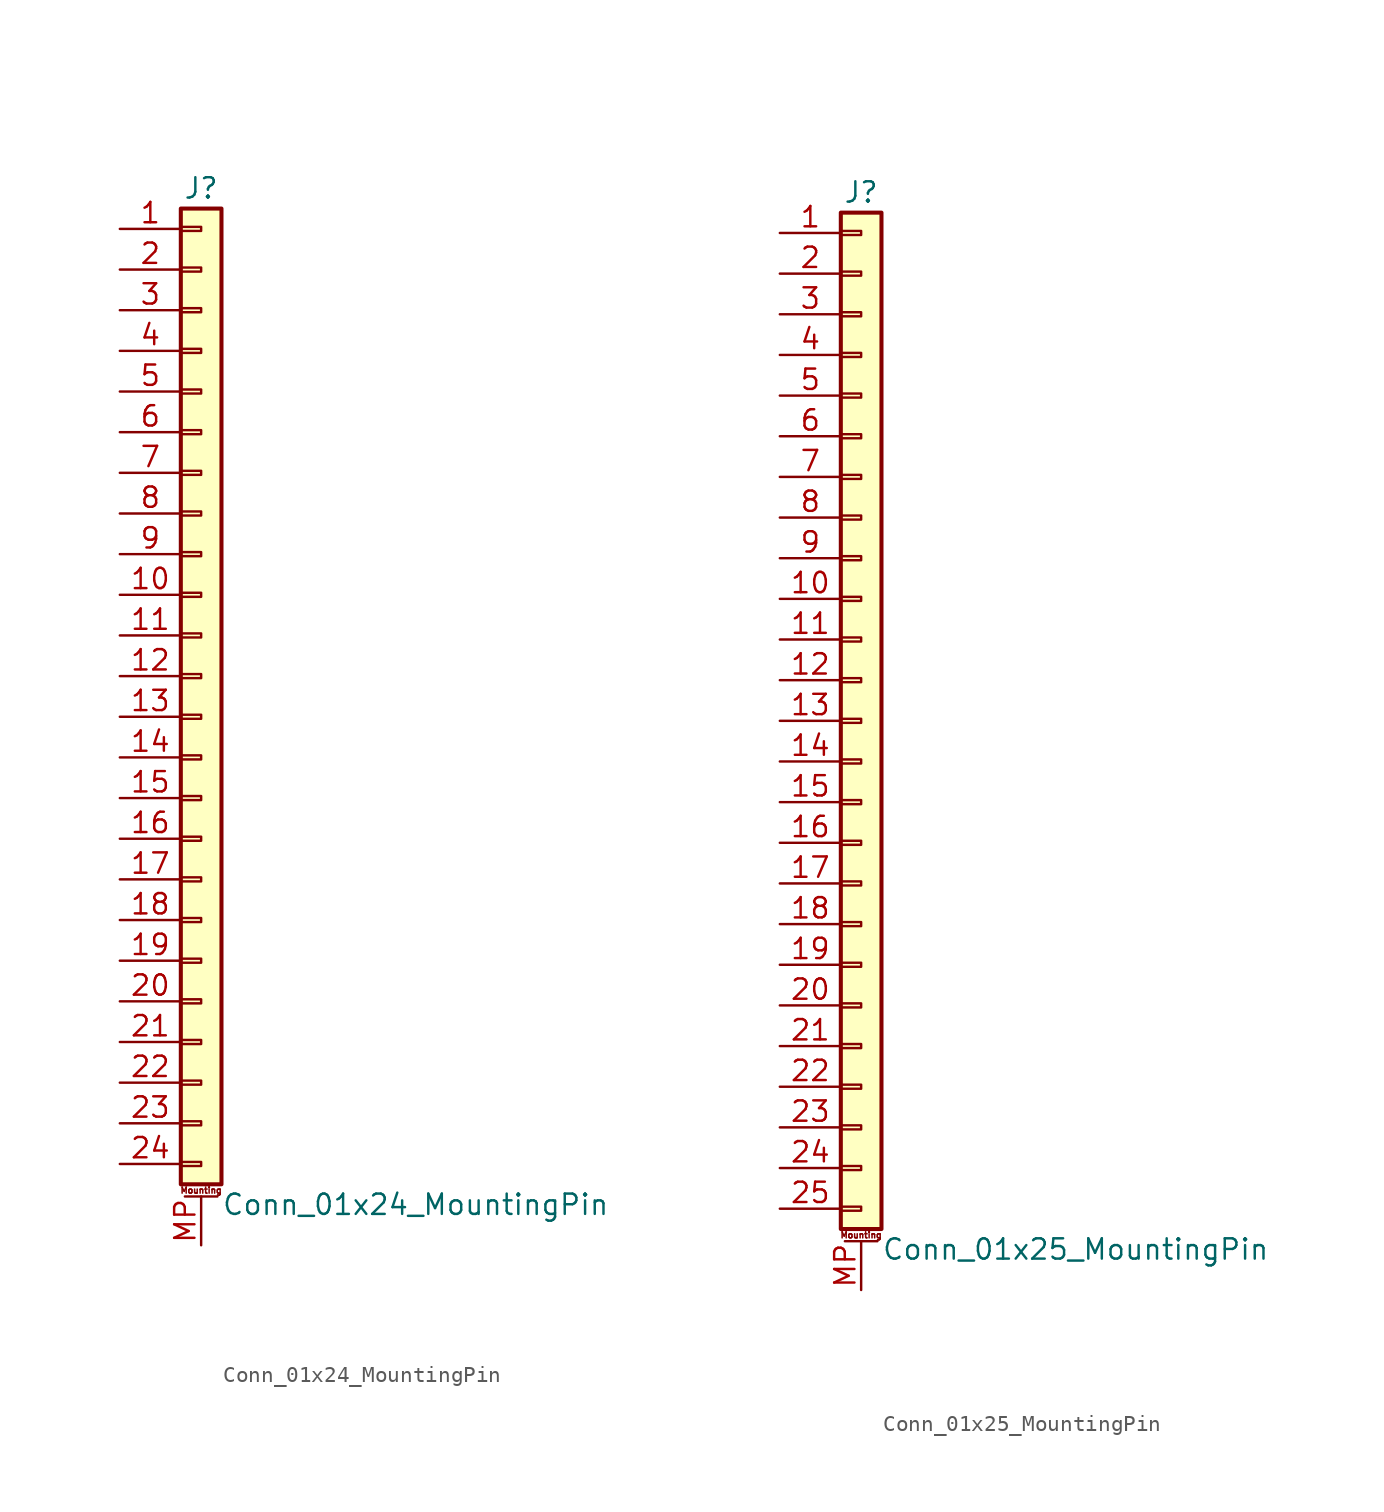
<source format=kicad_sym>
(kicad_symbol_lib
  (version 20201005)
  (generator kicad_symbol_editor)
  (symbol "Connector_Generic_MountingPin:Conn_01x24_MountingPin"
    (pin_names
      (offset 1.016) hide)
    (property "Reference" "J"
      (at 0 30.48 0)
      (effects (font (size 1.27 1.27))))
    (property "Value" "Conn_01x24_MountingPin"
      (at 1.27 -33.02 0)
      (effects (font (size 1.27 1.27)) (justify left)))
    (symbol "Conn_01x24_MountingPin_1_1"
      (text "Mounting" (at 0 -32.131 0) (effects (font (size 0.381 0.381))))
      (rectangle (start -1.27 -27.813) (end 0 -28.067) (stroke (width 0.152)) (fill (type none)))
      (rectangle (start -1.27 -30.353) (end 0 -30.607) (stroke (width 0.152)) (fill (type none)))
      (rectangle (start -1.27 -4.953) (end 0 -5.207) (stroke (width 0.152)) (fill (type none)))
      (rectangle (start -1.27 -7.493) (end 0 -7.747) (stroke (width 0.152)) (fill (type none)))
      (rectangle (start -1.27 -10.033) (end 0 -10.287) (stroke (width 0.152)) (fill (type none)))
      (rectangle (start -1.27 -12.573) (end 0 -12.827) (stroke (width 0.152)) (fill (type none)))
      (rectangle (start -1.27 -15.113) (end 0 -15.367) (stroke (width 0.152)) (fill (type none)))
      (rectangle (start -1.27 -17.653) (end 0 -17.907) (stroke (width 0.152)) (fill (type none)))
      (rectangle (start -1.27 -20.193) (end 0 -20.447) (stroke (width 0.152)) (fill (type none)))
      (rectangle (start -1.27 -22.733) (end 0 -22.987) (stroke (width 0.152)) (fill (type none)))
      (rectangle (start -1.27 -2.413) (end 0 -2.667) (stroke (width 0.152)) (fill (type none)))
      (rectangle (start -1.27 -25.273) (end 0 -25.527) (stroke (width 0.152)) (fill (type none)))
      (rectangle (start -1.27 25.527) (end 0 25.273) (stroke (width 0.152)) (fill (type none)))
      (rectangle (start -1.27 2.667) (end 0 2.413) (stroke (width 0.152)) (fill (type none)))
      (rectangle (start -1.27 28.067) (end 0 27.813) (stroke (width 0.152)) (fill (type none)))
      (rectangle (start -1.27 29.21) (end 1.27 -31.75) (stroke (width 0.254)) (fill (type background)))
      (rectangle (start -1.27 5.207) (end 0 4.953) (stroke (width 0.152)) (fill (type none)))
      (rectangle (start -1.27 7.747) (end 0 7.493) (stroke (width 0.152)) (fill (type none)))
      (rectangle (start -1.27 10.287) (end 0 10.033) (stroke (width 0.152)) (fill (type none)))
      (rectangle (start -1.27 0.127) (end 0 -0.127) (stroke (width 0.152)) (fill (type none)))
      (rectangle (start -1.27 12.827) (end 0 12.573) (stroke (width 0.152)) (fill (type none)))
      (rectangle (start -1.27 15.367) (end 0 15.113) (stroke (width 0.152)) (fill (type none)))
      (rectangle (start -1.27 17.907) (end 0 17.653) (stroke (width 0.152)) (fill (type none)))
      (rectangle (start -1.27 20.447) (end 0 20.193) (stroke (width 0.152)) (fill (type none)))
      (rectangle (start -1.27 22.987) (end 0 22.733) (stroke (width 0.152)) (fill (type none)))
      (polyline (pts (xy -1.016 -32.512) (xy 1.016 -32.512)) (stroke (width 0.152)) (fill (type none)))
      (pin passive line (at 0 -35.56 90) (length 3.048) (name "MountPin" (effects (font (size 1.27 1.27)))) (number "MP" (effects (font (size 1.27 1.27)))))
      (pin passive line (at -5.08 27.94 0) (length 3.81) (name "Pin_1" (effects (font (size 1.27 1.27)))) (number "1" (effects (font (size 1.27 1.27)))))
      (pin passive line (at -5.08 5.08 0) (length 3.81) (name "Pin_10" (effects (font (size 1.27 1.27)))) (number "10" (effects (font (size 1.27 1.27)))))
      (pin passive line (at -5.08 2.54 0) (length 3.81) (name "Pin_11" (effects (font (size 1.27 1.27)))) (number "11" (effects (font (size 1.27 1.27)))))
      (pin passive line (at -5.08 0 0) (length 3.81) (name "Pin_12" (effects (font (size 1.27 1.27)))) (number "12" (effects (font (size 1.27 1.27)))))
      (pin passive line (at -5.08 -2.54 0) (length 3.81) (name "Pin_13" (effects (font (size 1.27 1.27)))) (number "13" (effects (font (size 1.27 1.27)))))
      (pin passive line (at -5.08 -5.08 0) (length 3.81) (name "Pin_14" (effects (font (size 1.27 1.27)))) (number "14" (effects (font (size 1.27 1.27)))))
      (pin passive line (at -5.08 -7.62 0) (length 3.81) (name "Pin_15" (effects (font (size 1.27 1.27)))) (number "15" (effects (font (size 1.27 1.27)))))
      (pin passive line (at -5.08 -10.16 0) (length 3.81) (name "Pin_16" (effects (font (size 1.27 1.27)))) (number "16" (effects (font (size 1.27 1.27)))))
      (pin passive line (at -5.08 -12.7 0) (length 3.81) (name "Pin_17" (effects (font (size 1.27 1.27)))) (number "17" (effects (font (size 1.27 1.27)))))
      (pin passive line (at -5.08 -15.24 0) (length 3.81) (name "Pin_18" (effects (font (size 1.27 1.27)))) (number "18" (effects (font (size 1.27 1.27)))))
      (pin passive line (at -5.08 -17.78 0) (length 3.81) (name "Pin_19" (effects (font (size 1.27 1.27)))) (number "19" (effects (font (size 1.27 1.27)))))
      (pin passive line (at -5.08 25.4 0) (length 3.81) (name "Pin_2" (effects (font (size 1.27 1.27)))) (number "2" (effects (font (size 1.27 1.27)))))
      (pin passive line (at -5.08 -20.32 0) (length 3.81) (name "Pin_20" (effects (font (size 1.27 1.27)))) (number "20" (effects (font (size 1.27 1.27)))))
      (pin passive line (at -5.08 -22.86 0) (length 3.81) (name "Pin_21" (effects (font (size 1.27 1.27)))) (number "21" (effects (font (size 1.27 1.27)))))
      (pin passive line (at -5.08 -25.4 0) (length 3.81) (name "Pin_22" (effects (font (size 1.27 1.27)))) (number "22" (effects (font (size 1.27 1.27)))))
      (pin passive line (at -5.08 -27.94 0) (length 3.81) (name "Pin_23" (effects (font (size 1.27 1.27)))) (number "23" (effects (font (size 1.27 1.27)))))
      (pin passive line (at -5.08 -30.48 0) (length 3.81) (name "Pin_24" (effects (font (size 1.27 1.27)))) (number "24" (effects (font (size 1.27 1.27)))))
      (pin passive line (at -5.08 22.86 0) (length 3.81) (name "Pin_3" (effects (font (size 1.27 1.27)))) (number "3" (effects (font (size 1.27 1.27)))))
      (pin passive line (at -5.08 20.32 0) (length 3.81) (name "Pin_4" (effects (font (size 1.27 1.27)))) (number "4" (effects (font (size 1.27 1.27)))))
      (pin passive line (at -5.08 17.78 0) (length 3.81) (name "Pin_5" (effects (font (size 1.27 1.27)))) (number "5" (effects (font (size 1.27 1.27)))))
      (pin passive line (at -5.08 15.24 0) (length 3.81) (name "Pin_6" (effects (font (size 1.27 1.27)))) (number "6" (effects (font (size 1.27 1.27)))))
      (pin passive line (at -5.08 12.7 0) (length 3.81) (name "Pin_7" (effects (font (size 1.27 1.27)))) (number "7" (effects (font (size 1.27 1.27)))))
      (pin passive line (at -5.08 10.16 0) (length 3.81) (name "Pin_8" (effects (font (size 1.27 1.27)))) (number "8" (effects (font (size 1.27 1.27)))))
      (pin passive line (at -5.08 7.62 0) (length 3.81) (name "Pin_9" (effects (font (size 1.27 1.27)))) (number "9" (effects (font (size 1.27 1.27)))))))
  (symbol "Connector_Generic_MountingPin:Conn_01x25_MountingPin"
    (pin_names
      (offset 1.016) hide)
    (property "Reference" "J"
      (at 0 33.02 0)
      (effects (font (size 1.27 1.27))))
    (property "Value" "Conn_01x25_MountingPin"
      (at 1.27 -33.02 0)
      (effects (font (size 1.27 1.27)) (justify left)))
    (symbol "Conn_01x25_MountingPin_1_1"
      (text "Mounting" (at 0 -32.131 0) (effects (font (size 0.381 0.381))))
      (rectangle (start -1.27 -27.813) (end 0 -28.067) (stroke (width 0.152)) (fill (type none)))
      (rectangle (start -1.27 -30.353) (end 0 -30.607) (stroke (width 0.152)) (fill (type none)))
      (rectangle (start -1.27 -4.953) (end 0 -5.207) (stroke (width 0.152)) (fill (type none)))
      (rectangle (start -1.27 -7.493) (end 0 -7.747) (stroke (width 0.152)) (fill (type none)))
      (rectangle (start -1.27 -10.033) (end 0 -10.287) (stroke (width 0.152)) (fill (type none)))
      (rectangle (start -1.27 -12.573) (end 0 -12.827) (stroke (width 0.152)) (fill (type none)))
      (rectangle (start -1.27 -15.113) (end 0 -15.367) (stroke (width 0.152)) (fill (type none)))
      (rectangle (start -1.27 -17.653) (end 0 -17.907) (stroke (width 0.152)) (fill (type none)))
      (rectangle (start -1.27 -20.193) (end 0 -20.447) (stroke (width 0.152)) (fill (type none)))
      (rectangle (start -1.27 -22.733) (end 0 -22.987) (stroke (width 0.152)) (fill (type none)))
      (rectangle (start -1.27 -2.413) (end 0 -2.667) (stroke (width 0.152)) (fill (type none)))
      (rectangle (start -1.27 -25.273) (end 0 -25.527) (stroke (width 0.152)) (fill (type none)))
      (rectangle (start -1.27 25.527) (end 0 25.273) (stroke (width 0.152)) (fill (type none)))
      (rectangle (start -1.27 2.667) (end 0 2.413) (stroke (width 0.152)) (fill (type none)))
      (rectangle (start -1.27 28.067) (end 0 27.813) (stroke (width 0.152)) (fill (type none)))
      (rectangle (start -1.27 30.607) (end 0 30.353) (stroke (width 0.152)) (fill (type none)))
      (rectangle (start -1.27 31.75) (end 1.27 -31.75) (stroke (width 0.254)) (fill (type background)))
      (rectangle (start -1.27 5.207) (end 0 4.953) (stroke (width 0.152)) (fill (type none)))
      (rectangle (start -1.27 7.747) (end 0 7.493) (stroke (width 0.152)) (fill (type none)))
      (rectangle (start -1.27 10.287) (end 0 10.033) (stroke (width 0.152)) (fill (type none)))
      (rectangle (start -1.27 0.127) (end 0 -0.127) (stroke (width 0.152)) (fill (type none)))
      (rectangle (start -1.27 12.827) (end 0 12.573) (stroke (width 0.152)) (fill (type none)))
      (rectangle (start -1.27 15.367) (end 0 15.113) (stroke (width 0.152)) (fill (type none)))
      (rectangle (start -1.27 17.907) (end 0 17.653) (stroke (width 0.152)) (fill (type none)))
      (rectangle (start -1.27 20.447) (end 0 20.193) (stroke (width 0.152)) (fill (type none)))
      (rectangle (start -1.27 22.987) (end 0 22.733) (stroke (width 0.152)) (fill (type none)))
      (polyline (pts (xy -1.016 -32.512) (xy 1.016 -32.512)) (stroke (width 0.152)) (fill (type none)))
      (pin passive line (at 0 -35.56 90) (length 3.048) (name "MountPin" (effects (font (size 1.27 1.27)))) (number "MP" (effects (font (size 1.27 1.27)))))
      (pin passive line (at -5.08 30.48 0) (length 3.81) (name "Pin_1" (effects (font (size 1.27 1.27)))) (number "1" (effects (font (size 1.27 1.27)))))
      (pin passive line (at -5.08 7.62 0) (length 3.81) (name "Pin_10" (effects (font (size 1.27 1.27)))) (number "10" (effects (font (size 1.27 1.27)))))
      (pin passive line (at -5.08 5.08 0) (length 3.81) (name "Pin_11" (effects (font (size 1.27 1.27)))) (number "11" (effects (font (size 1.27 1.27)))))
      (pin passive line (at -5.08 2.54 0) (length 3.81) (name "Pin_12" (effects (font (size 1.27 1.27)))) (number "12" (effects (font (size 1.27 1.27)))))
      (pin passive line (at -5.08 0 0) (length 3.81) (name "Pin_13" (effects (font (size 1.27 1.27)))) (number "13" (effects (font (size 1.27 1.27)))))
      (pin passive line (at -5.08 -2.54 0) (length 3.81) (name "Pin_14" (effects (font (size 1.27 1.27)))) (number "14" (effects (font (size 1.27 1.27)))))
      (pin passive line (at -5.08 -5.08 0) (length 3.81) (name "Pin_15" (effects (font (size 1.27 1.27)))) (number "15" (effects (font (size 1.27 1.27)))))
      (pin passive line (at -5.08 -7.62 0) (length 3.81) (name "Pin_16" (effects (font (size 1.27 1.27)))) (number "16" (effects (font (size 1.27 1.27)))))
      (pin passive line (at -5.08 -10.16 0) (length 3.81) (name "Pin_17" (effects (font (size 1.27 1.27)))) (number "17" (effects (font (size 1.27 1.27)))))
      (pin passive line (at -5.08 -12.7 0) (length 3.81) (name "Pin_18" (effects (font (size 1.27 1.27)))) (number "18" (effects (font (size 1.27 1.27)))))
      (pin passive line (at -5.08 -15.24 0) (length 3.81) (name "Pin_19" (effects (font (size 1.27 1.27)))) (number "19" (effects (font (size 1.27 1.27)))))
      (pin passive line (at -5.08 27.94 0) (length 3.81) (name "Pin_2" (effects (font (size 1.27 1.27)))) (number "2" (effects (font (size 1.27 1.27)))))
      (pin passive line (at -5.08 -17.78 0) (length 3.81) (name "Pin_20" (effects (font (size 1.27 1.27)))) (number "20" (effects (font (size 1.27 1.27)))))
      (pin passive line (at -5.08 -20.32 0) (length 3.81) (name "Pin_21" (effects (font (size 1.27 1.27)))) (number "21" (effects (font (size 1.27 1.27)))))
      (pin passive line (at -5.08 -22.86 0) (length 3.81) (name "Pin_22" (effects (font (size 1.27 1.27)))) (number "22" (effects (font (size 1.27 1.27)))))
      (pin passive line (at -5.08 -25.4 0) (length 3.81) (name "Pin_23" (effects (font (size 1.27 1.27)))) (number "23" (effects (font (size 1.27 1.27)))))
      (pin passive line (at -5.08 -27.94 0) (length 3.81) (name "Pin_24" (effects (font (size 1.27 1.27)))) (number "24" (effects (font (size 1.27 1.27)))))
      (pin passive line (at -5.08 -30.48 0) (length 3.81) (name "Pin_25" (effects (font (size 1.27 1.27)))) (number "25" (effects (font (size 1.27 1.27)))))
      (pin passive line (at -5.08 25.4 0) (length 3.81) (name "Pin_3" (effects (font (size 1.27 1.27)))) (number "3" (effects (font (size 1.27 1.27)))))
      (pin passive line (at -5.08 22.86 0) (length 3.81) (name "Pin_4" (effects (font (size 1.27 1.27)))) (number "4" (effects (font (size 1.27 1.27)))))
      (pin passive line (at -5.08 20.32 0) (length 3.81) (name "Pin_5" (effects (font (size 1.27 1.27)))) (number "5" (effects (font (size 1.27 1.27)))))
      (pin passive line (at -5.08 17.78 0) (length 3.81) (name "Pin_6" (effects (font (size 1.27 1.27)))) (number "6" (effects (font (size 1.27 1.27)))))
      (pin passive line (at -5.08 15.24 0) (length 3.81) (name "Pin_7" (effects (font (size 1.27 1.27)))) (number "7" (effects (font (size 1.27 1.27)))))
      (pin passive line (at -5.08 12.7 0) (length 3.81) (name "Pin_8" (effects (font (size 1.27 1.27)))) (number "8" (effects (font (size 1.27 1.27)))))
      (pin passive line (at -5.08 10.16 0) (length 3.81) (name "Pin_9" (effects (font (size 1.27 1.27)))) (number "9" (effects (font (size 1.27 1.27))))))))
</source>
